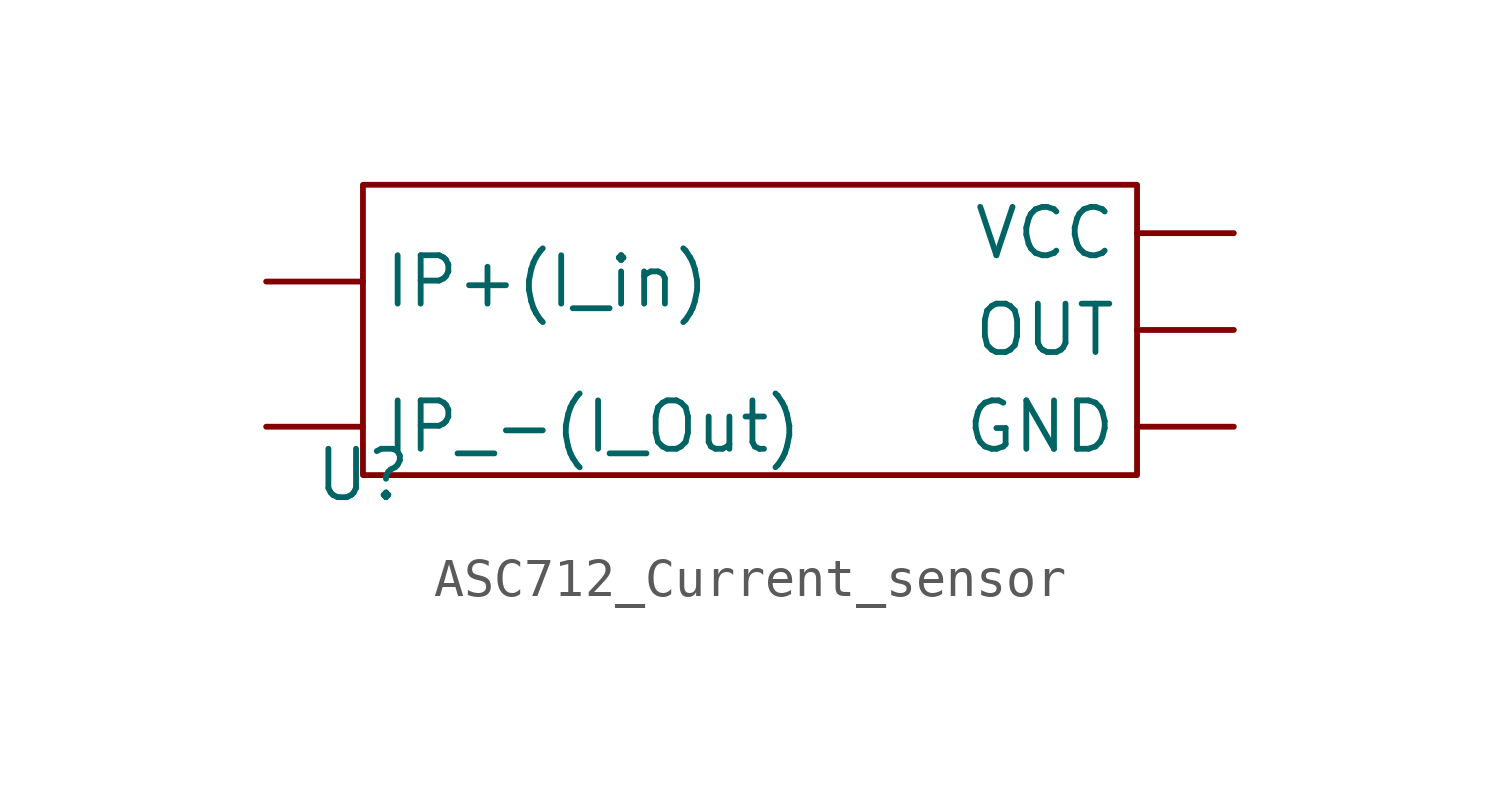
<source format=kicad_sym>
(kicad_symbol_lib
  (version 20241209)
  (generator "kicad_symbol_editor")
  (generator_version "9.0")
  (symbol "ASC712_Current_sensor"
    (property "Reference" "U"
      (at 0 0 0)
      (effects (font (size 1.27 1.27))))
    (property "Value" ""
      (at 0 0 0)
      (effects (font (size 1.27 1.27))))
    (symbol "ASC712_Current_sensor_0_1"
      (rectangle (start 0 7.62) (end 20.32 0) (stroke (width 0) (type default)) (fill (type none))))
    (symbol "ASC712_Current_sensor_1_1"
      (pin input line (at -2.54 5.08 0) (length 2.54) (name "IP+(I_in)" (effects (font (size 1.27 1.27)))) (number "" (effects (font (size 1.27 1.27)))))
      (pin input line (at -2.54 1.27 0) (length 2.54) (name "IP_-(I_Out)" (effects (font (size 1.27 1.27)))) (number "" (effects (font (size 1.27 1.27)))))
      (pin input line (at 22.86 6.35 180) (length 2.54) (name "VCC" (effects (font (size 1.27 1.27)))) (number "" (effects (font (size 1.27 1.27)))))
      (pin input line (at 22.86 3.81 180) (length 2.54) (name "OUT" (effects (font (size 1.27 1.27)))) (number "" (effects (font (size 1.27 1.27)))))
      (pin input line (at 22.86 1.27 180) (length 2.54) (name "GND" (effects (font (size 1.27 1.27)))) (number "" (effects (font (size 1.27 1.27))))))))
</source>
